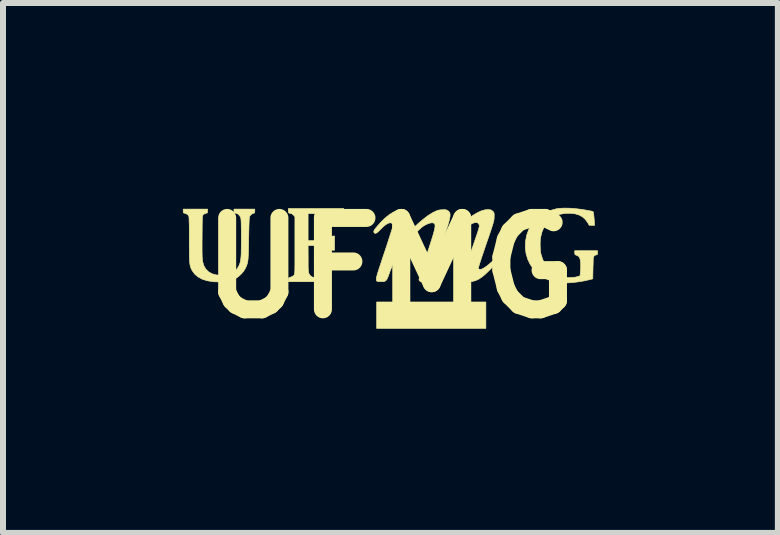
<source format=kicad_pcb>
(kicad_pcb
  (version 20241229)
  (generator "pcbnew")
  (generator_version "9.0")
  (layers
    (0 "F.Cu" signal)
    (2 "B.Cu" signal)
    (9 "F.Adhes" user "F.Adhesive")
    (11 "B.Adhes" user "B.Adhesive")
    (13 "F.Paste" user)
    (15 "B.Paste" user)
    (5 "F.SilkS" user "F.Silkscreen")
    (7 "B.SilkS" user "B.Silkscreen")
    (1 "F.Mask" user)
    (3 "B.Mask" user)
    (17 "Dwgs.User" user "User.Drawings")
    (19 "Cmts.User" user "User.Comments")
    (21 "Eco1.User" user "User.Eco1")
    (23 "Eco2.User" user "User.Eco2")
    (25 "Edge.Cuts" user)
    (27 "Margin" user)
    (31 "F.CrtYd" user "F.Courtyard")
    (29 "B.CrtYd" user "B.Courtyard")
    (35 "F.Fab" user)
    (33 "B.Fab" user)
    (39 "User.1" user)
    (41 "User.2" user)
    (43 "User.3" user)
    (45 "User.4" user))
  (footprint "UFMG"
    (layer "F.Cu")
    (at 3.459 1.418)
    (property "Reference" "UFMG" (at 0 0 0) (layer "F.SilkS") (effects (font (size 1.524 1.524) (thickness 0.3))))
    (attr through_hole)
    (fp_poly (pts (xy 1.592 1.008) (xy -0.229 1.008) (xy -0.229 0.567) (xy 1.592 0.567) (xy 1.592 1.008)) (stroke (width 0.01) (type solid)) (fill yes) (layer "F.SilkS"))
    (fp_poly (pts (xy -0.779 -0.959) (xy -0.778 -0.935) (xy -0.776 -0.901) (xy -0.774 -0.863) (xy -0.773 -0.857) (xy -0.768 -0.787) (xy -0.806 -0.787) (xy -0.831 -0.789) (xy -0.844 -0.794) (xy -0.853 -0.808) (xy -0.855 -0.812) (xy -0.877 -0.845) (xy -0.91 -0.874) (xy -0.94 -0.889) (xy -0.96 -0.894) (xy -0.995 -0.897) (xy -1.045 -0.9) (xy -1.111 -0.903) (xy -1.171 -0.904) (xy -1.372 -0.907) (xy -1.372 -0.457) (xy -1.219 -0.457) (xy -1.154 -0.458) (xy -1.105 -0.459) (xy -1.067 -0.463) (xy -1.04 -0.469) (xy -1.02 -0.478) (xy -1.006 -0.49) (xy -0.996 -0.506) (xy -0.995 -0.507) (xy -0.981 -0.526) (xy -0.963 -0.533) (xy -0.957 -0.533) (xy -0.931 -0.533) (xy -0.931 -0.296) (xy -0.959 -0.296) (xy -0.982 -0.3) (xy -0.995 -0.314) (xy -0.995 -0.315) (xy -1.008 -0.333) (xy -1.027 -0.35) (xy -1.027 -0.35) (xy -1.036 -0.356) (xy -1.048 -0.361) (xy -1.065 -0.364) (xy -1.088 -0.367) (xy -1.122 -0.369) (xy -1.168 -0.37) (xy -1.211 -0.371) (xy -1.372 -0.375) (xy -1.371 -0.156) (xy -1.371 -0.088) (xy -1.371 -0.034) (xy -1.37 0.006) (xy -1.368 0.037) (xy -1.366 0.06) (xy -1.363 0.076) (xy -1.359 0.09) (xy -1.356 0.098) (xy -1.332 0.131) (xy -1.297 0.153) (xy -1.256 0.161) (xy -1.254 0.161) (xy -1.237 0.162) (xy -1.23 0.169) (xy -1.228 0.187) (xy -1.228 0.195) (xy -1.228 0.229) (xy -1.702 0.229) (xy -1.702 0.196) (xy -1.701 0.175) (xy -1.695 0.164) (xy -1.679 0.157) (xy -1.664 0.153) (xy -1.632 0.14) (xy -1.609 0.122) (xy -1.606 0.117) (xy -1.602 0.111) (xy -1.6 0.102) (xy -1.598 0.091) (xy -1.596 0.074) (xy -1.594 0.051) (xy -1.593 0.021) (xy -1.593 -0.019) (xy -1.592 -0.069) (xy -1.592 -0.131) (xy -1.592 -0.205) (xy -1.592 -0.295) (xy -1.592 -0.377) (xy -1.592 -0.854) (xy -1.614 -0.88) (xy -1.643 -0.903) (xy -1.669 -0.911) (xy -1.689 -0.915) (xy -1.699 -0.923) (xy -1.702 -0.939) (xy -1.702 -0.954) (xy -1.702 -0.991) (xy -0.779 -0.991) (xy -0.779 -0.959)) (stroke (width 0.01) (type solid)) (fill yes) (layer "F.SilkS"))
    (fp_poly (pts (xy 2.981 -0.997) (xy 3.068 -0.991) (xy 3.158 -0.981) (xy 3.23 -0.97) (xy 3.275 -0.962) (xy 3.315 -0.955) (xy 3.347 -0.949) (xy 3.367 -0.945) (xy 3.371 -0.943) (xy 3.377 -0.941) (xy 3.381 -0.934) (xy 3.385 -0.922) (xy 3.388 -0.902) (xy 3.392 -0.872) (xy 3.396 -0.829) (xy 3.4 -0.777) (xy 3.405 -0.711) (xy 3.36 -0.711) (xy 3.315 -0.712) (xy 3.289 -0.755) (xy 3.249 -0.811) (xy 3.2 -0.854) (xy 3.142 -0.885) (xy 3.074 -0.904) (xy 2.997 -0.912) (xy 2.901 -0.909) (xy 2.814 -0.892) (xy 2.736 -0.86) (xy 2.668 -0.815) (xy 2.611 -0.757) (xy 2.564 -0.686) (xy 2.528 -0.603) (xy 2.506 -0.516) (xy 2.5 -0.47) (xy 2.497 -0.415) (xy 2.498 -0.355) (xy 2.501 -0.298) (xy 2.507 -0.249) (xy 2.511 -0.231) (xy 2.539 -0.143) (xy 2.58 -0.063) (xy 2.631 0.006) (xy 2.691 0.064) (xy 2.759 0.108) (xy 2.769 0.112) (xy 2.805 0.128) (xy 2.843 0.142) (xy 2.874 0.151) (xy 2.877 0.152) (xy 2.924 0.158) (xy 2.979 0.16) (xy 3.034 0.158) (xy 3.084 0.153) (xy 3.116 0.145) (xy 3.162 0.131) (xy 3.17 0.034) (xy 3.173 -0.033) (xy 3.171 -0.091) (xy 3.165 -0.138) (xy 3.154 -0.172) (xy 3.145 -0.187) (xy 3.127 -0.2) (xy 3.103 -0.212) (xy 3.102 -0.212) (xy 3.083 -0.22) (xy 3.075 -0.231) (xy 3.073 -0.253) (xy 3.073 -0.255) (xy 3.073 -0.288) (xy 3.454 -0.288) (xy 3.454 -0.254) (xy 3.453 -0.232) (xy 3.447 -0.222) (xy 3.438 -0.22) (xy 3.42 -0.215) (xy 3.402 -0.204) (xy 3.396 -0.198) (xy 3.391 -0.191) (xy 3.387 -0.181) (xy 3.384 -0.165) (xy 3.382 -0.141) (xy 3.381 -0.107) (xy 3.38 -0.06) (xy 3.378 -0.003) (xy 3.374 0.181) (xy 3.315 0.196) (xy 3.235 0.214) (xy 3.15 0.229) (xy 3.064 0.24) (xy 2.981 0.247) (xy 2.905 0.25) (xy 2.839 0.248) (xy 2.817 0.245) (xy 2.712 0.225) (xy 2.616 0.191) (xy 2.529 0.144) (xy 2.452 0.086) (xy 2.386 0.018) (xy 2.331 -0.059) (xy 2.29 -0.145) (xy 2.262 -0.237) (xy 2.249 -0.334) (xy 2.252 -0.437) (xy 2.253 -0.444) (xy 2.272 -0.546) (xy 2.306 -0.64) (xy 2.354 -0.725) (xy 2.414 -0.8) (xy 2.487 -0.865) (xy 2.572 -0.918) (xy 2.667 -0.959) (xy 2.768 -0.987) (xy 2.827 -0.995) (xy 2.899 -0.998) (xy 2.981 -0.997)) (stroke (width 0.01) (type solid)) (fill yes) (layer "F.SilkS"))
    (fp_poly (pts (xy -3.048 -0.949) (xy -3.049 -0.928) (xy -3.056 -0.917) (xy -3.073 -0.912) (xy -3.076 -0.911) (xy -3.101 -0.902) (xy -3.121 -0.888) (xy -3.125 -0.883) (xy -3.128 -0.876) (xy -3.131 -0.865) (xy -3.133 -0.85) (xy -3.135 -0.828) (xy -3.136 -0.797) (xy -3.137 -0.757) (xy -3.138 -0.706) (xy -3.138 -0.641) (xy -3.139 -0.562) (xy -3.139 -0.516) (xy -3.14 -0.425) (xy -3.14 -0.348) (xy -3.14 -0.285) (xy -3.139 -0.234) (xy -3.138 -0.193) (xy -3.136 -0.161) (xy -3.134 -0.135) (xy -3.131 -0.114) (xy -3.129 -0.101) (xy -3.108 -0.034) (xy -3.075 0.021) (xy -3.031 0.064) (xy -2.975 0.096) (xy -2.907 0.115) (xy -2.826 0.122) (xy -2.811 0.122) (xy -2.733 0.116) (xy -2.668 0.1) (xy -2.614 0.072) (xy -2.571 0.034) (xy -2.538 -0.015) (xy -2.525 -0.039) (xy -2.515 -0.063) (xy -2.506 -0.087) (xy -2.5 -0.115) (xy -2.495 -0.147) (xy -2.491 -0.187) (xy -2.488 -0.234) (xy -2.487 -0.293) (xy -2.486 -0.364) (xy -2.485 -0.449) (xy -2.485 -0.491) (xy -2.485 -0.58) (xy -2.486 -0.653) (xy -2.487 -0.712) (xy -2.488 -0.758) (xy -2.49 -0.793) (xy -2.492 -0.818) (xy -2.495 -0.835) (xy -2.496 -0.84) (xy -2.514 -0.872) (xy -2.539 -0.897) (xy -2.568 -0.912) (xy -2.583 -0.914) (xy -2.599 -0.916) (xy -2.606 -0.923) (xy -2.608 -0.942) (xy -2.608 -0.948) (xy -2.608 -0.982) (xy -2.261 -0.982) (xy -2.261 -0.948) (xy -2.262 -0.926) (xy -2.268 -0.916) (xy -2.276 -0.914) (xy -2.298 -0.908) (xy -2.321 -0.891) (xy -2.341 -0.869) (xy -2.348 -0.856) (xy -2.351 -0.841) (xy -2.354 -0.81) (xy -2.356 -0.763) (xy -2.358 -0.699) (xy -2.36 -0.619) (xy -2.362 -0.522) (xy -2.363 -0.487) (xy -2.364 -0.395) (xy -2.366 -0.318) (xy -2.367 -0.254) (xy -2.37 -0.201) (xy -2.372 -0.159) (xy -2.376 -0.124) (xy -2.381 -0.094) (xy -2.387 -0.069) (xy -2.395 -0.046) (xy -2.404 -0.023) (xy -2.416 0.001) (xy -2.418 0.006) (xy -2.448 0.056) (xy -2.49 0.104) (xy -2.537 0.146) (xy -2.567 0.167) (xy -2.623 0.194) (xy -2.692 0.214) (xy -2.77 0.227) (xy -2.853 0.233) (xy -2.939 0.23) (xy -2.961 0.228) (xy -3.055 0.213) (xy -3.137 0.187) (xy -3.205 0.15) (xy -3.261 0.104) (xy -3.303 0.047) (xy -3.306 0.042) (xy -3.316 0.022) (xy -3.325 0.003) (xy -3.332 -0.016) (xy -3.338 -0.038) (xy -3.343 -0.063) (xy -3.346 -0.093) (xy -3.349 -0.131) (xy -3.351 -0.178) (xy -3.352 -0.235) (xy -3.352 -0.305) (xy -3.353 -0.388) (xy -3.353 -0.467) (xy -3.353 -0.57) (xy -3.353 -0.656) (xy -3.354 -0.727) (xy -3.356 -0.782) (xy -3.357 -0.824) (xy -3.359 -0.851) (xy -3.362 -0.866) (xy -3.362 -0.867) (xy -3.378 -0.886) (xy -3.403 -0.903) (xy -3.43 -0.913) (xy -3.441 -0.914) (xy -3.45 -0.919) (xy -3.454 -0.936) (xy -3.454 -0.948) (xy -3.454 -0.982) (xy -3.048 -0.982) (xy -3.048 -0.949)) (stroke (width 0.01) (type solid)) (fill yes) (layer "F.SilkS"))
    (fp_poly (pts (xy 1.657 -0.972) (xy 1.678 -0.967) (xy 1.696 -0.955) (xy 1.704 -0.949) (xy 1.717 -0.936) (xy 1.725 -0.924) (xy 1.729 -0.909) (xy 1.731 -0.886) (xy 1.73 -0.854) (xy 1.73 -0.837) (xy 1.729 -0.821) (xy 1.727 -0.804) (xy 1.723 -0.784) (xy 1.717 -0.761) (xy 1.709 -0.732) (xy 1.697 -0.695) (xy 1.683 -0.65) (xy 1.664 -0.594) (xy 1.641 -0.526) (xy 1.613 -0.445) (xy 1.597 -0.398) (xy 1.57 -0.32) (xy 1.546 -0.247) (xy 1.523 -0.181) (xy 1.504 -0.122) (xy 1.488 -0.072) (xy 1.476 -0.033) (xy 1.469 -0.007) (xy 1.467 0.004) (xy 1.467 0.004) (xy 1.475 0.018) (xy 1.495 0.024) (xy 1.521 0.019) (xy 1.555 0.002) (xy 1.598 -0.026) (xy 1.646 -0.064) (xy 1.679 -0.093) (xy 1.716 -0.124) (xy 1.743 -0.14) (xy 1.763 -0.142) (xy 1.774 -0.13) (xy 1.776 -0.12) (xy 1.776 -0.11) (xy 1.772 -0.098) (xy 1.762 -0.082) (xy 1.746 -0.062) (xy 1.721 -0.034) (xy 1.687 0.002) (xy 1.648 0.041) (xy 1.584 0.103) (xy 1.526 0.151) (xy 1.472 0.187) (xy 1.42 0.211) (xy 1.369 0.224) (xy 1.316 0.229) (xy 1.316 0.229) (xy 1.284 0.228) (xy 1.263 0.224) (xy 1.248 0.215) (xy 1.241 0.208) (xy 1.225 0.186) (xy 1.215 0.159) (xy 1.214 0.155) (xy 1.213 0.15) (xy 1.212 0.144) (xy 1.212 0.138) (xy 1.212 0.13) (xy 1.214 0.119) (xy 1.218 0.105) (xy 1.223 0.085) (xy 1.232 0.059) (xy 1.242 0.026) (xy 1.256 -0.015) (xy 1.273 -0.066) (xy 1.294 -0.128) (xy 1.32 -0.202) (xy 1.349 -0.288) (xy 1.384 -0.388) (xy 1.417 -0.485) (xy 1.439 -0.549) (xy 1.456 -0.6) (xy 1.468 -0.638) (xy 1.476 -0.667) (xy 1.481 -0.688) (xy 1.483 -0.703) (xy 1.482 -0.714) (xy 1.48 -0.72) (xy 1.464 -0.746) (xy 1.439 -0.758) (xy 1.405 -0.756) (xy 1.363 -0.741) (xy 1.313 -0.712) (xy 1.256 -0.67) (xy 1.191 -0.615) (xy 1.145 -0.572) (xy 1.059 -0.486) (xy 0.985 -0.403) (xy 0.92 -0.32) (xy 0.862 -0.234) (xy 0.809 -0.142) (xy 0.759 -0.04) (xy 0.709 0.075) (xy 0.699 0.098) (xy 0.679 0.147) (xy 0.663 0.183) (xy 0.65 0.206) (xy 0.639 0.221) (xy 0.63 0.228) (xy 0.603 0.234) (xy 0.569 0.237) (xy 0.533 0.235) (xy 0.505 0.228) (xy 0.5 0.226) (xy 0.483 0.212) (xy 0.476 0.197) (xy 0.478 0.185) (xy 0.485 0.159) (xy 0.496 0.12) (xy 0.511 0.07) (xy 0.53 0.011) (xy 0.552 -0.057) (xy 0.576 -0.131) (xy 0.602 -0.209) (xy 0.606 -0.221) (xy 0.639 -0.322) (xy 0.667 -0.408) (xy 0.69 -0.481) (xy 0.709 -0.542) (xy 0.723 -0.591) (xy 0.734 -0.632) (xy 0.74 -0.664) (xy 0.744 -0.689) (xy 0.744 -0.708) (xy 0.742 -0.723) (xy 0.738 -0.734) (xy 0.737 -0.735) (xy 0.72 -0.75) (xy 0.692 -0.754) (xy 0.653 -0.747) (xy 0.606 -0.729) (xy 0.592 -0.722) (xy 0.567 -0.709) (xy 0.544 -0.694) (xy 0.519 -0.675) (xy 0.491 -0.65) (xy 0.456 -0.617) (xy 0.412 -0.574) (xy 0.41 -0.572) (xy 0.312 -0.468) (xy 0.227 -0.367) (xy 0.154 -0.267) (xy 0.092 -0.164) (xy 0.039 -0.057) (xy -0.007 0.058) (xy -0.021 0.097) (xy -0.039 0.147) (xy -0.055 0.183) (xy -0.071 0.206) (xy -0.089 0.22) (xy -0.112 0.227) (xy -0.143 0.228) (xy -0.158 0.227) (xy -0.18 0.226) (xy -0.198 0.226) (xy -0.213 0.224) (xy -0.224 0.22) (xy -0.232 0.212) (xy -0.235 0.199) (xy -0.235 0.18) (xy -0.231 0.154) (xy -0.222 0.119) (xy -0.209 0.074) (xy -0.191 0.018) (xy -0.168 -0.051) (xy -0.141 -0.133) (xy -0.109 -0.23) (xy -0.108 -0.231) (xy -0.081 -0.313) (xy -0.055 -0.391) (xy -0.032 -0.464) (xy -0.011 -0.529) (xy 0.007 -0.585) (xy 0.022 -0.63) (xy 0.032 -0.664) (xy 0.038 -0.683) (xy 0.038 -0.687) (xy 0.039 -0.721) (xy 0.028 -0.743) (xy 0.006 -0.753) (xy -0.003 -0.754) (xy -0.035 -0.746) (xy -0.073 -0.725) (xy -0.118 -0.689) (xy -0.167 -0.64) (xy -0.2 -0.607) (xy -0.225 -0.587) (xy -0.244 -0.578) (xy -0.259 -0.578) (xy -0.269 -0.586) (xy -0.277 -0.598) (xy -0.277 -0.613) (xy -0.268 -0.633) (xy -0.248 -0.661) (xy -0.231 -0.682) (xy -0.158 -0.765) (xy -0.086 -0.835) (xy -0.016 -0.891) (xy 0.052 -0.933) (xy 0.115 -0.961) (xy 0.175 -0.973) (xy 0.189 -0.973) (xy 0.219 -0.972) (xy 0.238 -0.968) (xy 0.254 -0.957) (xy 0.263 -0.949) (xy 0.275 -0.935) (xy 0.284 -0.919) (xy 0.288 -0.9) (xy 0.288 -0.876) (xy 0.284 -0.845) (xy 0.275 -0.805) (xy 0.26 -0.755) (xy 0.241 -0.693) (xy 0.215 -0.617) (xy 0.212 -0.608) (xy 0.19 -0.543) (xy 0.173 -0.492) (xy 0.161 -0.454) (xy 0.154 -0.428) (xy 0.151 -0.413) (xy 0.151 -0.407) (xy 0.155 -0.409) (xy 0.159 -0.415) (xy 0.23 -0.502) (xy 0.306 -0.587) (xy 0.385 -0.668) (xy 0.465 -0.743) (xy 0.544 -0.81) (xy 0.619 -0.868) (xy 0.689 -0.913) (xy 0.726 -0.933) (xy 0.764 -0.951) (xy 0.794 -0.962) (xy 0.823 -0.968) (xy 0.858 -0.971) (xy 0.862 -0.971) (xy 0.898 -0.972) (xy 0.922 -0.971) (xy 0.941 -0.965) (xy 0.955 -0.957) (xy 0.972 -0.945) (xy 0.984 -0.931) (xy 0.992 -0.913) (xy 0.995 -0.89) (xy 0.994 -0.86) (xy 0.987 -0.822) (xy 0.976 -0.774) (xy 0.959 -0.715) (xy 0.936 -0.642) (xy 0.915 -0.576) (xy 0.894 -0.509) (xy 0.878 -0.457) (xy 0.867 -0.42) (xy 0.862 -0.397) (xy 0.861 -0.388) (xy 0.865 -0.389) (xy 0.926 -0.462) (xy 0.994 -0.537) (xy 1.066 -0.612) (xy 1.139 -0.684) (xy 1.21 -0.749) (xy 1.275 -0.804) (xy 1.295 -0.82) (xy 1.376 -0.878) (xy 1.45 -0.922) (xy 1.517 -0.953) (xy 1.579 -0.97) (xy 1.627 -0.974) (xy 1.657 -0.972)) (stroke (width 0.01) (type solid)) (fill yes) (layer "F.SilkS")))
  (gr_rect
    (start -3 -3)
    (end 9.919 5.836)
    (stroke (width 0.1) (type default))
    (fill no)
    (layer "Edge.Cuts")))
</source>
